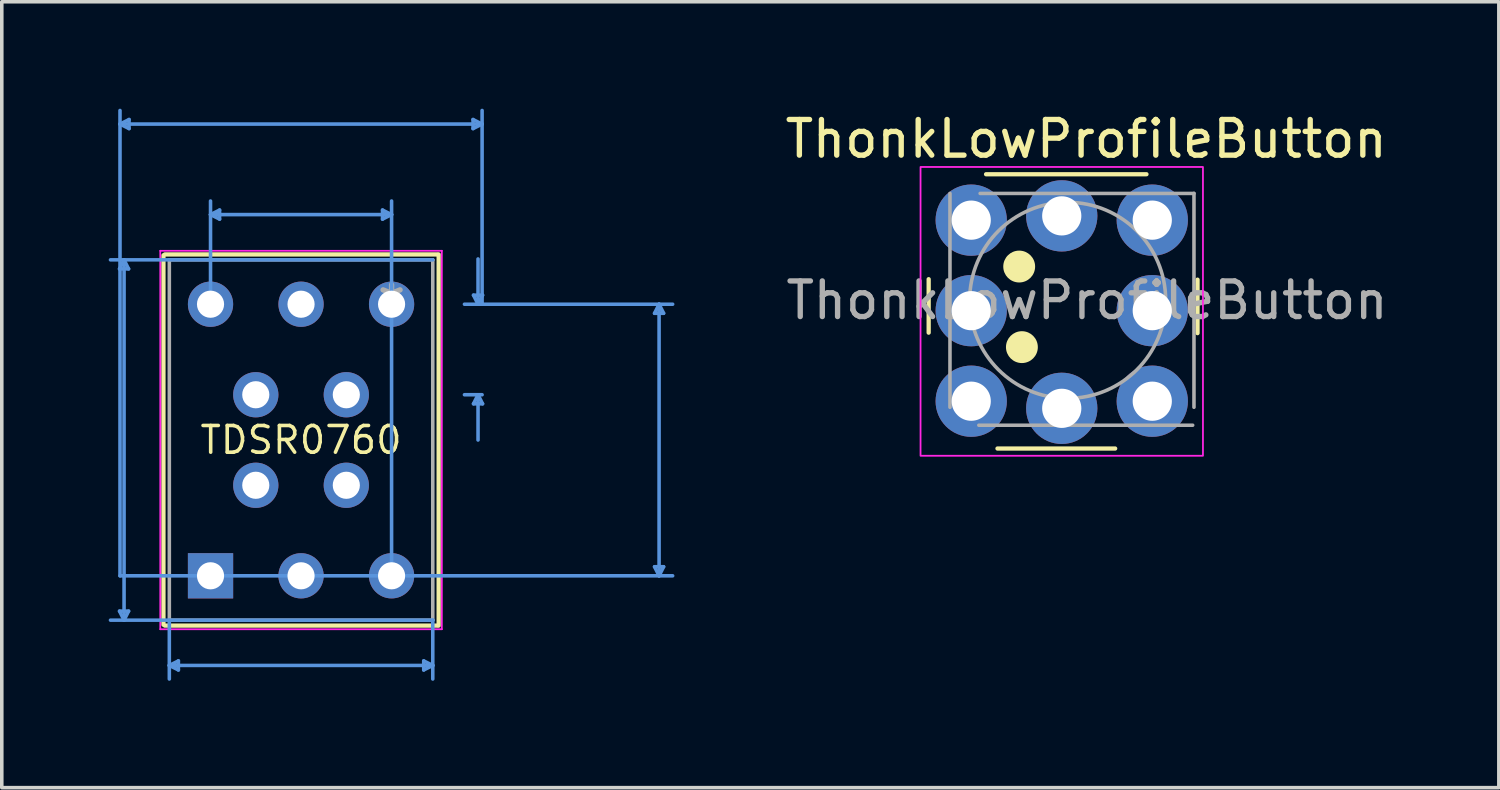
<source format=kicad_pcb>
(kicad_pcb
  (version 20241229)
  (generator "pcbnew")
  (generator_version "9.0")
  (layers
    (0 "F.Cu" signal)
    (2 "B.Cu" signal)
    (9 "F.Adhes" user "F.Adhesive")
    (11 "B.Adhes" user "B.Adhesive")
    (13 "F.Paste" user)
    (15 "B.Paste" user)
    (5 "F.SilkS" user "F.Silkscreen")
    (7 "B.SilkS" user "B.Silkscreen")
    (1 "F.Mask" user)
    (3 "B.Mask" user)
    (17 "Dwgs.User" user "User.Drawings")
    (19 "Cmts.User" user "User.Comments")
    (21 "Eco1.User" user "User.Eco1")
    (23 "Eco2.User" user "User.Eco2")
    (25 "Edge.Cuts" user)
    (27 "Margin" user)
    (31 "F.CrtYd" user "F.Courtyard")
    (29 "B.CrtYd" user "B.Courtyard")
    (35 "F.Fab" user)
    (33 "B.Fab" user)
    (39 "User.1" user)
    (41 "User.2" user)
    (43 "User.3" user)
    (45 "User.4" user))
  (footprint "TDSR0760"
    (layer "F.Cu")
    (at 7.937 5.486)
    (property "Reference" "TDSR0760" (at -2.54 3.81 0) (layer "F.SilkS") (effects (font (size 0.75 0.75) (thickness 0.1))))
    (attr through_hole)
    (fp_line (start -6.401 -1.372) (end -6.401 8.992) (stroke (width 0.12) (type solid)) (layer "F.SilkS"))
    (fp_line (start -6.363 9.017) (end 1.283 9.017) (stroke (width 0.12) (type solid)) (layer "F.SilkS"))
    (fp_line (start 1.283 -1.397) (end -6.363 -1.397) (stroke (width 0.12) (type solid)) (layer "F.SilkS"))
    (fp_line (start 1.321 9.017) (end 1.321 -1.397) (stroke (width 0.12) (type solid)) (layer "F.SilkS"))
    (fp_line (start -7.633 -0.991) (end -7.379 -0.991) (stroke (width 0.1) (type solid)) (layer "Cmts.User"))
    (fp_line (start -7.633 8.611) (end -7.379 8.611) (stroke (width 0.1) (type solid)) (layer "Cmts.User"))
    (fp_line (start -7.62 -5.055) (end -7.366 -5.182) (stroke (width 0.1) (type solid)) (layer "Cmts.User"))
    (fp_line (start -7.62 -5.055) (end -7.366 -4.928) (stroke (width 0.1) (type solid)) (layer "Cmts.User"))
    (fp_line (start -7.62 -5.055) (end 2.54 -5.055) (stroke (width 0.1) (type solid)) (layer "Cmts.User"))
    (fp_line (start -7.62 7.62) (end -7.62 -5.436) (stroke (width 0.1) (type solid)) (layer "Cmts.User"))
    (fp_line (start -7.62 7.62) (end 7.887 7.62) (stroke (width 0.1) (type solid)) (layer "Cmts.User"))
    (fp_line (start -7.506 -1.245) (end -7.633 -0.991) (stroke (width 0.1) (type solid)) (layer "Cmts.User"))
    (fp_line (start -7.506 -1.245) (end -7.506 8.865) (stroke (width 0.1) (type solid)) (layer "Cmts.User"))
    (fp_line (start -7.506 -1.245) (end -7.379 -0.991) (stroke (width 0.1) (type solid)) (layer "Cmts.User"))
    (fp_line (start -7.506 8.865) (end -7.633 8.611) (stroke (width 0.1) (type solid)) (layer "Cmts.User"))
    (fp_line (start -7.506 8.865) (end -7.379 8.611) (stroke (width 0.1) (type solid)) (layer "Cmts.User"))
    (fp_line (start -7.366 -5.182) (end -7.366 -4.928) (stroke (width 0.1) (type solid)) (layer "Cmts.User"))
    (fp_line (start -6.236 8.865) (end -6.236 10.516) (stroke (width 0.1) (type solid)) (layer "Cmts.User"))
    (fp_line (start -6.236 10.135) (end -5.982 10.008) (stroke (width 0.1) (type solid)) (layer "Cmts.User"))
    (fp_line (start -6.236 10.135) (end -5.982 10.262) (stroke (width 0.1) (type solid)) (layer "Cmts.User"))
    (fp_line (start -6.236 10.135) (end 1.156 10.135) (stroke (width 0.1) (type solid)) (layer "Cmts.User"))
    (fp_line (start -5.982 10.008) (end -5.982 10.262) (stroke (width 0.1) (type solid)) (layer "Cmts.User"))
    (fp_line (start -5.08 -2.515) (end -4.826 -2.642) (stroke (width 0.1) (type solid)) (layer "Cmts.User"))
    (fp_line (start -5.08 -2.515) (end -4.826 -2.388) (stroke (width 0.1) (type solid)) (layer "Cmts.User"))
    (fp_line (start -5.08 -2.515) (end 0 -2.515) (stroke (width 0.1) (type solid)) (layer "Cmts.User"))
    (fp_line (start -5.08 0) (end -5.08 -2.896) (stroke (width 0.1) (type solid)) (layer "Cmts.User"))
    (fp_line (start -4.826 -2.642) (end -4.826 -2.388) (stroke (width 0.1) (type solid)) (layer "Cmts.User"))
    (fp_line (start -0.254 -2.642) (end -0.254 -2.388) (stroke (width 0.1) (type solid)) (layer "Cmts.User"))
    (fp_line (start 0 -2.515) (end -0.254 -2.642) (stroke (width 0.1) (type solid)) (layer "Cmts.User"))
    (fp_line (start 0 -2.515) (end -0.254 -2.388) (stroke (width 0.1) (type solid)) (layer "Cmts.User"))
    (fp_line (start 0 7.62) (end 0 -2.896) (stroke (width 0.1) (type solid)) (layer "Cmts.User"))
    (fp_line (start 0.902 10.008) (end 0.902 10.262) (stroke (width 0.1) (type solid)) (layer "Cmts.User"))
    (fp_line (start 1.156 -1.245) (end -7.887 -1.245) (stroke (width 0.1) (type solid)) (layer "Cmts.User"))
    (fp_line (start 1.156 8.865) (end -7.887 8.865) (stroke (width 0.1) (type solid)) (layer "Cmts.User"))
    (fp_line (start 1.156 8.865) (end 1.156 10.516) (stroke (width 0.1) (type solid)) (layer "Cmts.User"))
    (fp_line (start 1.156 10.135) (end 0.902 10.008) (stroke (width 0.1) (type solid)) (layer "Cmts.User"))
    (fp_line (start 1.156 10.135) (end 0.902 10.262) (stroke (width 0.1) (type solid)) (layer "Cmts.User"))
    (fp_line (start 2.286 -5.182) (end 2.286 -4.928) (stroke (width 0.1) (type solid)) (layer "Cmts.User"))
    (fp_line (start 2.299 -0.254) (end 2.553 -0.254) (stroke (width 0.1) (type solid)) (layer "Cmts.User"))
    (fp_line (start 2.299 2.794) (end 2.553 2.794) (stroke (width 0.1) (type solid)) (layer "Cmts.User"))
    (fp_line (start 2.426 0) (end 2.299 -0.254) (stroke (width 0.1) (type solid)) (layer "Cmts.User"))
    (fp_line (start 2.426 0) (end 2.426 -1.27) (stroke (width 0.1) (type solid)) (layer "Cmts.User"))
    (fp_line (start 2.426 0) (end 2.553 -0.254) (stroke (width 0.1) (type solid)) (layer "Cmts.User"))
    (fp_line (start 2.426 2.54) (end 2.299 2.794) (stroke (width 0.1) (type solid)) (layer "Cmts.User"))
    (fp_line (start 2.426 2.54) (end 2.426 3.81) (stroke (width 0.1) (type solid)) (layer "Cmts.User"))
    (fp_line (start 2.426 2.54) (end 2.553 2.794) (stroke (width 0.1) (type solid)) (layer "Cmts.User"))
    (fp_line (start 2.54 -5.055) (end 2.286 -5.182) (stroke (width 0.1) (type solid)) (layer "Cmts.User"))
    (fp_line (start 2.54 -5.055) (end 2.286 -4.928) (stroke (width 0.1) (type solid)) (layer "Cmts.User"))
    (fp_line (start 2.54 0) (end 2.045 0) (stroke (width 0.1) (type solid)) (layer "Cmts.User"))
    (fp_line (start 2.54 0) (end 2.54 -5.436) (stroke (width 0.1) (type solid)) (layer "Cmts.User"))
    (fp_line (start 2.54 0) (end 7.887 0) (stroke (width 0.1) (type solid)) (layer "Cmts.User"))
    (fp_line (start 2.54 2.54) (end 2.045 2.54) (stroke (width 0.1) (type solid)) (layer "Cmts.User"))
    (fp_line (start 7.379 0.254) (end 7.633 0.254) (stroke (width 0.1) (type solid)) (layer "Cmts.User"))
    (fp_line (start 7.379 7.366) (end 7.633 7.366) (stroke (width 0.1) (type solid)) (layer "Cmts.User"))
    (fp_line (start 7.506 0) (end 7.379 0.254) (stroke (width 0.1) (type solid)) (layer "Cmts.User"))
    (fp_line (start 7.506 0) (end 7.506 7.62) (stroke (width 0.1) (type solid)) (layer "Cmts.User"))
    (fp_line (start 7.506 0) (end 7.633 0.254) (stroke (width 0.1) (type solid)) (layer "Cmts.User"))
    (fp_line (start 7.506 7.62) (end 7.379 7.366) (stroke (width 0.1) (type solid)) (layer "Cmts.User"))
    (fp_line (start 7.506 7.62) (end 7.633 7.366) (stroke (width 0.1) (type solid)) (layer "Cmts.User"))
    (fp_line (start -6.49 -1.499) (end -6.49 9.119) (stroke (width 0.05) (type solid)) (layer "F.CrtYd"))
    (fp_line (start -6.49 9.119) (end 1.41 9.119) (stroke (width 0.05) (type solid)) (layer "F.CrtYd"))
    (fp_line (start 1.41 -1.499) (end -6.49 -1.499) (stroke (width 0.05) (type solid)) (layer "F.CrtYd"))
    (fp_line (start 1.41 9.119) (end 1.41 -1.499) (stroke (width 0.05) (type solid)) (layer "F.CrtYd"))
    (fp_line (start -6.236 -1.245) (end -6.236 8.865) (stroke (width 0.1) (type solid)) (layer "F.Fab"))
    (fp_line (start -6.236 8.865) (end 1.156 8.865) (stroke (width 0.1) (type solid)) (layer "F.Fab"))
    (fp_line (start 1.156 -1.245) (end -6.236 -1.245) (stroke (width 0.1) (type solid)) (layer "F.Fab"))
    (fp_line (start 1.156 8.865) (end 1.156 -1.245) (stroke (width 0.1) (type solid)) (layer "F.Fab"))
    (fp_text user "*" (at 0 0 0) (layer "F.Fab") (effects (font (size 1 1) (thickness 0.15))))
    (pad "1" thru_hole rect (at -5.08 7.62) (size 1.27 1.27) (drill 0.762) (layers "*.Cu" "*.Mask"))
    (pad "2" thru_hole circle (at -3.81 5.08) (size 1.27 1.27) (drill 0.762) (layers "*.Cu" "*.Mask"))
    (pad "3" thru_hole circle (at -2.54 7.62) (size 1.27 1.27) (drill 0.762) (layers "*.Cu" "*.Mask"))
    (pad "4" thru_hole circle (at -1.27 5.08) (size 1.27 1.27) (drill 0.762) (layers "*.Cu" "*.Mask"))
    (pad "5" thru_hole circle (at 0 7.62) (size 1.27 1.27) (drill 0.762) (layers "*.Cu" "*.Mask"))
    (pad "6" thru_hole circle (at 0 0) (size 1.27 1.27) (drill 0.762) (layers "*.Cu" "*.Mask"))
    (pad "7" thru_hole circle (at -1.27 2.54) (size 1.27 1.27) (drill 0.762) (layers "*.Cu" "*.Mask"))
    (pad "8" thru_hole circle (at -2.54 0) (size 1.27 1.27) (drill 0.762) (layers "*.Cu" "*.Mask"))
    (pad "9" thru_hole circle (at -3.81 2.54) (size 1.27 1.27) (drill 0.762) (layers "*.Cu" "*.Mask"))
    (pad "10" thru_hole circle (at -5.08 0) (size 1.27 1.27) (drill 0.762) (layers "*.Cu" "*.Mask")))
  (footprint "ThonkLowProfileButton"
    (layer "F.Cu")
    (at 26.741 3.007)
    (property "Reference" "ThonkLowProfileButton" (at 0.686 -2.159 0) (layer "F.SilkS") (effects (font (size 1 1) (thickness 0.15))))
    (attr through_hole)
    (fp_line (start -3.734 1.777) (end -3.734 3.277) (stroke (width 0.12) (type solid)) (layer "F.SilkS"))
    (fp_line (start -1.803 6.528) (end 1.499 6.528) (stroke (width 0.12) (type solid)) (layer "F.SilkS"))
    (fp_line (start 2.377 -1.168) (end -2.123 -1.168) (stroke (width 0.12) (type solid)) (layer "F.SilkS"))
    (fp_line (start 3.81 3.29) (end 3.81 1.79) (stroke (width 0.12) (type solid)) (layer "F.SilkS"))
    (fp_circle (center -1.194 1.422) (end -0.807 1.422) (stroke (width 0.12) (type solid)) (fill yes) (layer "F.SilkS"))
    (fp_circle (center -1.118 3.683) (end -0.731 3.683) (stroke (width 0.12) (type solid)) (fill yes) (layer "F.SilkS"))
    (fp_rect (start 3.962 -1.372) (end -3.962 6.731) (stroke (width 0.05) (type solid)) (fill no) (layer "F.CrtYd"))
    (fp_line (start -3.136 5.37) (end -3.136 -0.63) (stroke (width 0.1) (type solid)) (layer "F.Fab"))
    (fp_line (start -2.29 -0.63) (end 0.71 -0.63) (stroke (width 0.1) (type solid)) (layer "F.Fab"))
    (fp_line (start 0.71 -0.63) (end 3.71 -0.63) (stroke (width 0.1) (type solid)) (layer "F.Fab"))
    (fp_line (start 3.674 5.874) (end -2.326 5.874) (stroke (width 0.1) (type solid)) (layer "F.Fab"))
    (fp_line (start 3.71 -0.63) (end 3.71 5.37) (stroke (width 0.1) (type solid)) (layer "F.Fab"))
    (fp_circle (center 0.166 2.37) (end 2.916 2.37) (stroke (width 0.1) (type solid)) (fill no) (layer "F.Fab"))
    (fp_text user "${REFERENCE}" (at 0.71 2.37 0) (layer "F.Fab") (effects (font (size 1 1) (thickness 0.15))))
    (pad "" np_thru_hole circle (at -2.54 2.66 90) (size 2 2) (drill 1.1) (layers "*.Cu" "*.Mask"))
    (pad "" np_thru_hole circle (at 2.54 2.66 90) (size 2 2) (drill 1.1) (layers "*.Cu" "*.Mask"))
    (pad "1" thru_hole circle (at -2.54 0.12 90) (size 2 2) (drill 1.1) (layers "*.Cu" "*.Mask"))
    (pad "2" thru_hole circle (at -2.54 5.2 90) (size 2 2) (drill 1.1) (layers "*.Cu" "*.Mask"))
    (pad "3" thru_hole circle (at 2.54 0.12 90) (size 2 2) (drill 1.1) (layers "*.Cu" "*.Mask"))
    (pad "4" thru_hole circle (at 2.54 5.2 90) (size 2 2) (drill 1.1) (layers "*.Cu" "*.Mask"))
    (pad "L1" thru_hole circle (at 0 0 90) (size 2 2) (drill 1.1) (layers "*.Cu" "*.Mask"))
    (pad "L2" thru_hole circle (at 0 5.4 90) (size 2 2) (drill 1.1) (layers "*.Cu" "*.Mask")))
  (gr_rect
    (start -3 -3)
    (end 39.005 19.051)
    (stroke (width 0.1) (type default))
    (fill no)
    (layer "Edge.Cuts")))
</source>
